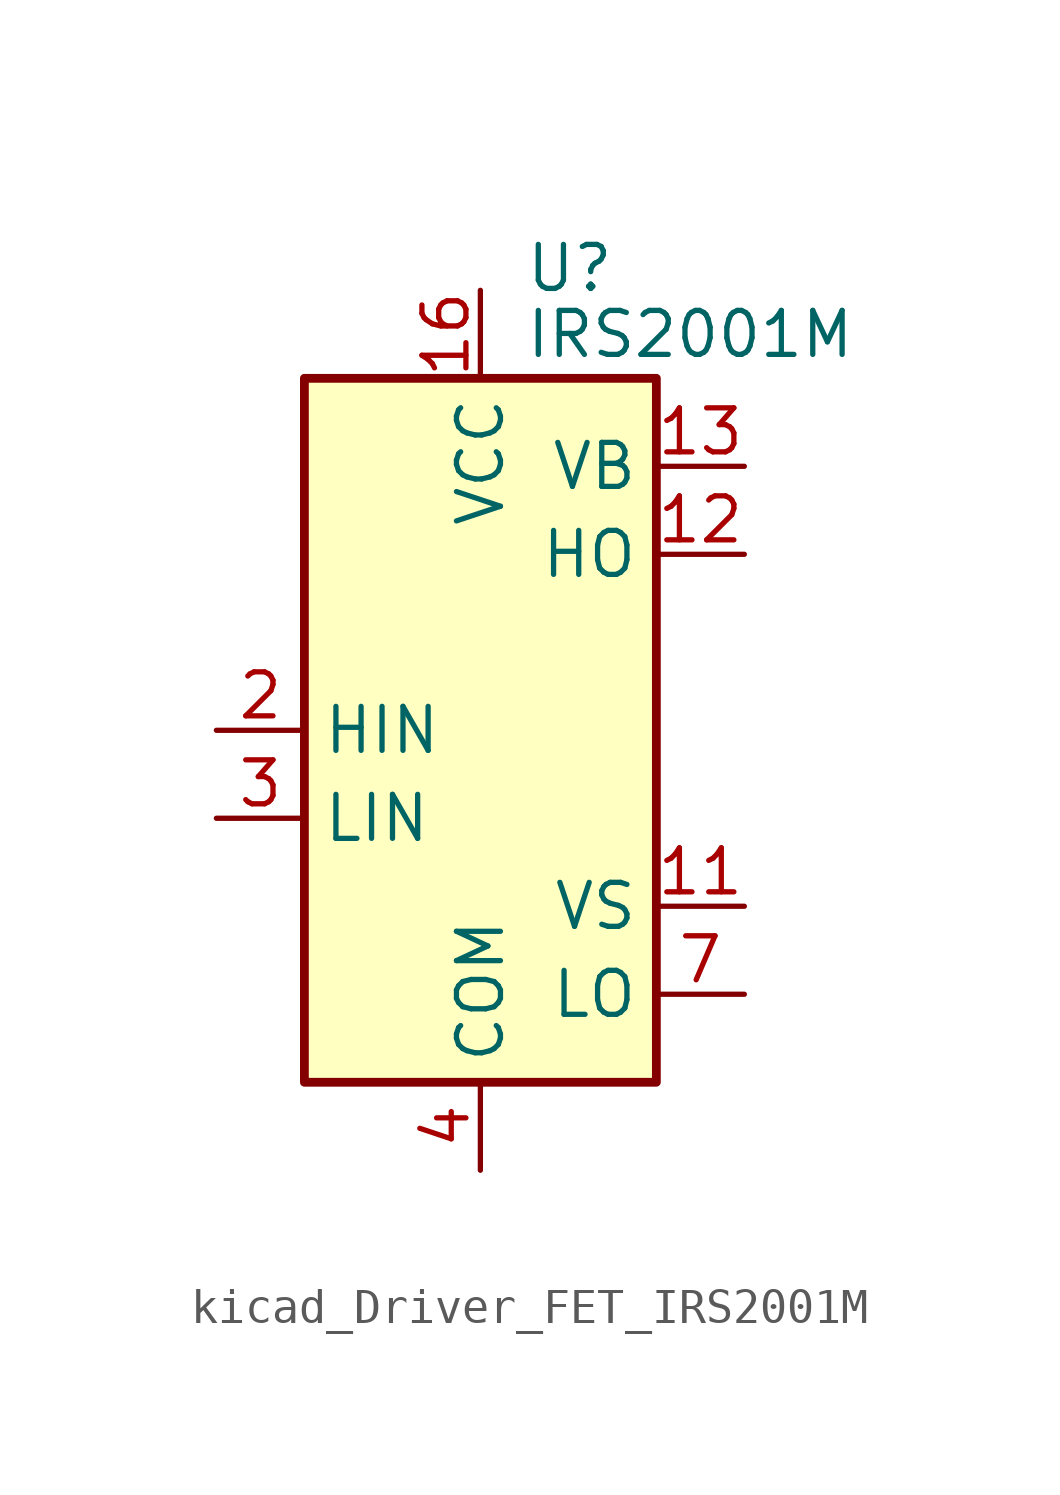
<source format=kicad_sym>
(kicad_symbol_lib
  (version 20220914)
  (generator kicad_symbol_editor)
  (symbol "kicad_Driver_FET_IRS2001M"
    (property "Reference" "U"
      (at 1.27 13.335 0)
      (effects (font (size 1.27 1.27)) (justify left)))
    (property "Value" "IRS2001M"
      (at 1.27 11.43 0)
      (effects (font (size 1.27 1.27)) (justify left)))
    (symbol "kicad_Driver_FET_IRS2001M_0_1"
      (rectangle (start -5.08 -10.16) (end 5.08 10.16) (stroke (width 0.254) (type default)) (fill (type background))))
    (symbol "kicad_Driver_FET_IRS2001M_1_1"
      (pin no_connect line (at -5.08 7.62 0) (length 2.54) hide (name "NC" (effects (font (size 1.27 1.27)))) (number "1" (effects (font (size 1.27 1.27)))))
      (pin passive line (at 7.62 -5.08 180) (length 2.54) (name "VS" (effects (font (size 1.27 1.27)))) (number "11" (effects (font (size 1.27 1.27)))))
      (pin output line (at 7.62 5.08 180) (length 2.54) (name "HO" (effects (font (size 1.27 1.27)))) (number "12" (effects (font (size 1.27 1.27)))))
      (pin passive line (at 7.62 7.62 180) (length 2.54) (name "VB" (effects (font (size 1.27 1.27)))) (number "13" (effects (font (size 1.27 1.27)))))
      (pin no_connect line (at 5.08 -2.54 180) (length 2.54) hide (name "NC" (effects (font (size 1.27 1.27)))) (number "14" (effects (font (size 1.27 1.27)))))
      (pin power_in line (at 0 12.7 270) (length 2.54) (name "VCC" (effects (font (size 1.27 1.27)))) (number "16" (effects (font (size 1.27 1.27)))))
      (pin passive line (at 0 -12.7 90) (length 2.54) hide (name "COM" (effects (font (size 1.27 1.27)))) (number "17" (effects (font (size 1.27 1.27)))))
      (pin input line (at -7.62 0 0) (length 2.54) (name "HIN" (effects (font (size 1.27 1.27)))) (number "2" (effects (font (size 1.27 1.27)))))
      (pin input line (at -7.62 -2.54 0) (length 2.54) (name "LIN" (effects (font (size 1.27 1.27)))) (number "3" (effects (font (size 1.27 1.27)))))
      (pin power_in line (at 0 -12.7 90) (length 2.54) (name "COM" (effects (font (size 1.27 1.27)))) (number "4" (effects (font (size 1.27 1.27)))))
      (pin no_connect line (at -5.08 5.08 0) (length 2.54) hide (name "NC" (effects (font (size 1.27 1.27)))) (number "5" (effects (font (size 1.27 1.27)))))
      (pin no_connect line (at -5.08 2.54 0) (length 2.54) hide (name "NC" (effects (font (size 1.27 1.27)))) (number "6" (effects (font (size 1.27 1.27)))))
      (pin output line (at 7.62 -7.62 180) (length 2.54) (name "LO" (effects (font (size 1.27 1.27)))) (number "7" (effects (font (size 1.27 1.27)))))
      (pin no_connect line (at 5.08 2.54 180) (length 2.54) hide (name "NC" (effects (font (size 1.27 1.27)))) (number "8" (effects (font (size 1.27 1.27)))))
      (pin no_connect line (at 5.08 0 180) (length 2.54) hide (name "NC" (effects (font (size 1.27 1.27)))) (number "9" (effects (font (size 1.27 1.27))))))))
</source>
